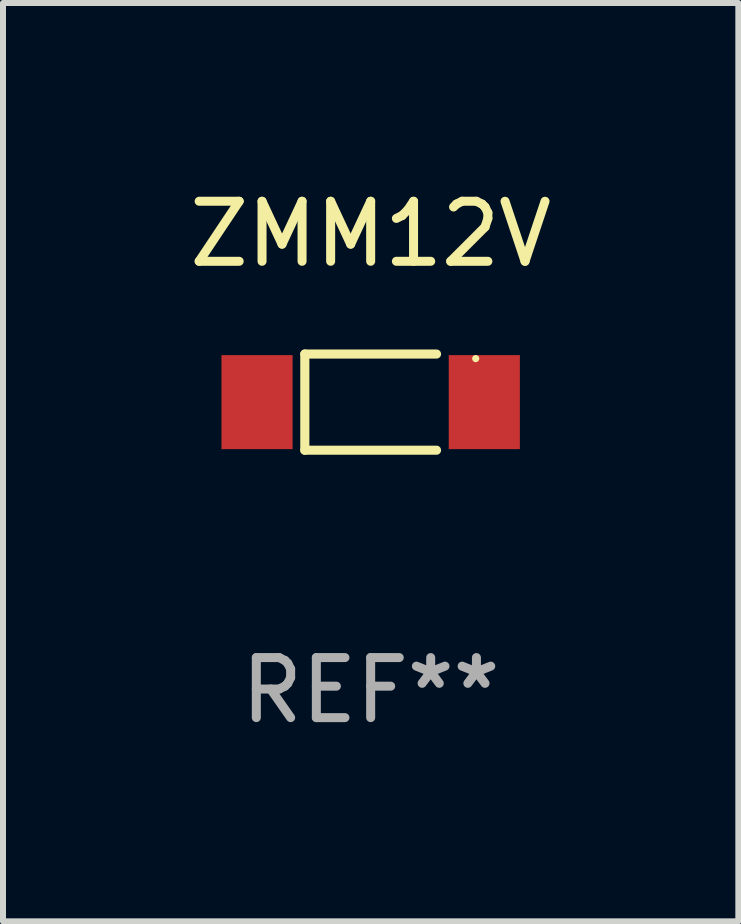
<source format=kicad_pcb>
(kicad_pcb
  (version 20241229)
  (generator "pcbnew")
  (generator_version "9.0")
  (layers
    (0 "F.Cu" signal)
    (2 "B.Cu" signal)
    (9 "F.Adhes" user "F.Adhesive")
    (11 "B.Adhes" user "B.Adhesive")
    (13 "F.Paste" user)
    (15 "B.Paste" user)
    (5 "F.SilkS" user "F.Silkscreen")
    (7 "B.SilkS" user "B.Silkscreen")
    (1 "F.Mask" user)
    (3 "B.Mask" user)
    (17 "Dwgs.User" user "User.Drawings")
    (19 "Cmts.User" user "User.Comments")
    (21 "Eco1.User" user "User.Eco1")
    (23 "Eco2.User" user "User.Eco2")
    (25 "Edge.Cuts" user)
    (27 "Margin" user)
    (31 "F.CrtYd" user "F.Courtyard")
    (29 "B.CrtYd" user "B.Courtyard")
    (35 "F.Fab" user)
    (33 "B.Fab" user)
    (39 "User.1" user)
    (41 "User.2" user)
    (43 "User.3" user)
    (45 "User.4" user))
  (footprint "ZMM12V"
    (layer "F.Cu")
    (at 3.125 3.649)
    (property "Reference" "ZMM12V" (at 0 -2.801 0) (layer "F.SilkS") (effects (font (size 1 1) (thickness 0.15))))
    (attr through_hole)
    (fp_line (start -1.097 -0.801) (end -1.097 0.801) (stroke (width 0.152) (type solid)) (layer "F.SilkS"))
    (fp_line (start -1.097 -0.801) (end 1.097 -0.801) (stroke (width 0.152) (type solid)) (layer "F.SilkS"))
    (fp_line (start -1.097 0.801) (end 1.097 0.801) (stroke (width 0.152) (type solid)) (layer "F.SilkS"))
    (fp_circle (center 1.75 -0.725) (end 1.78 -0.725) (stroke (width 0.06) (type solid)) (fill no) (layer "F.SilkS"))
    (fp_text user "REF**" (at 0 4.801 0) (layer "F.Fab") (effects (font (size 1 1) (thickness 0.15))))
    (pad "1" smd rect (at 1.893 0) (size 1.185 1.566) (layers "F.Cu" "F.Mask" "F.Paste"))
    (pad "2" smd rect (at -1.893 0) (size 1.185 1.566) (layers "F.Cu" "F.Mask" "F.Paste")))
  (gr_rect
    (start -3 -3)
    (end 9.25 12.299)
    (stroke (width 0.1) (type default))
    (fill no)
    (layer "Edge.Cuts")))
</source>
